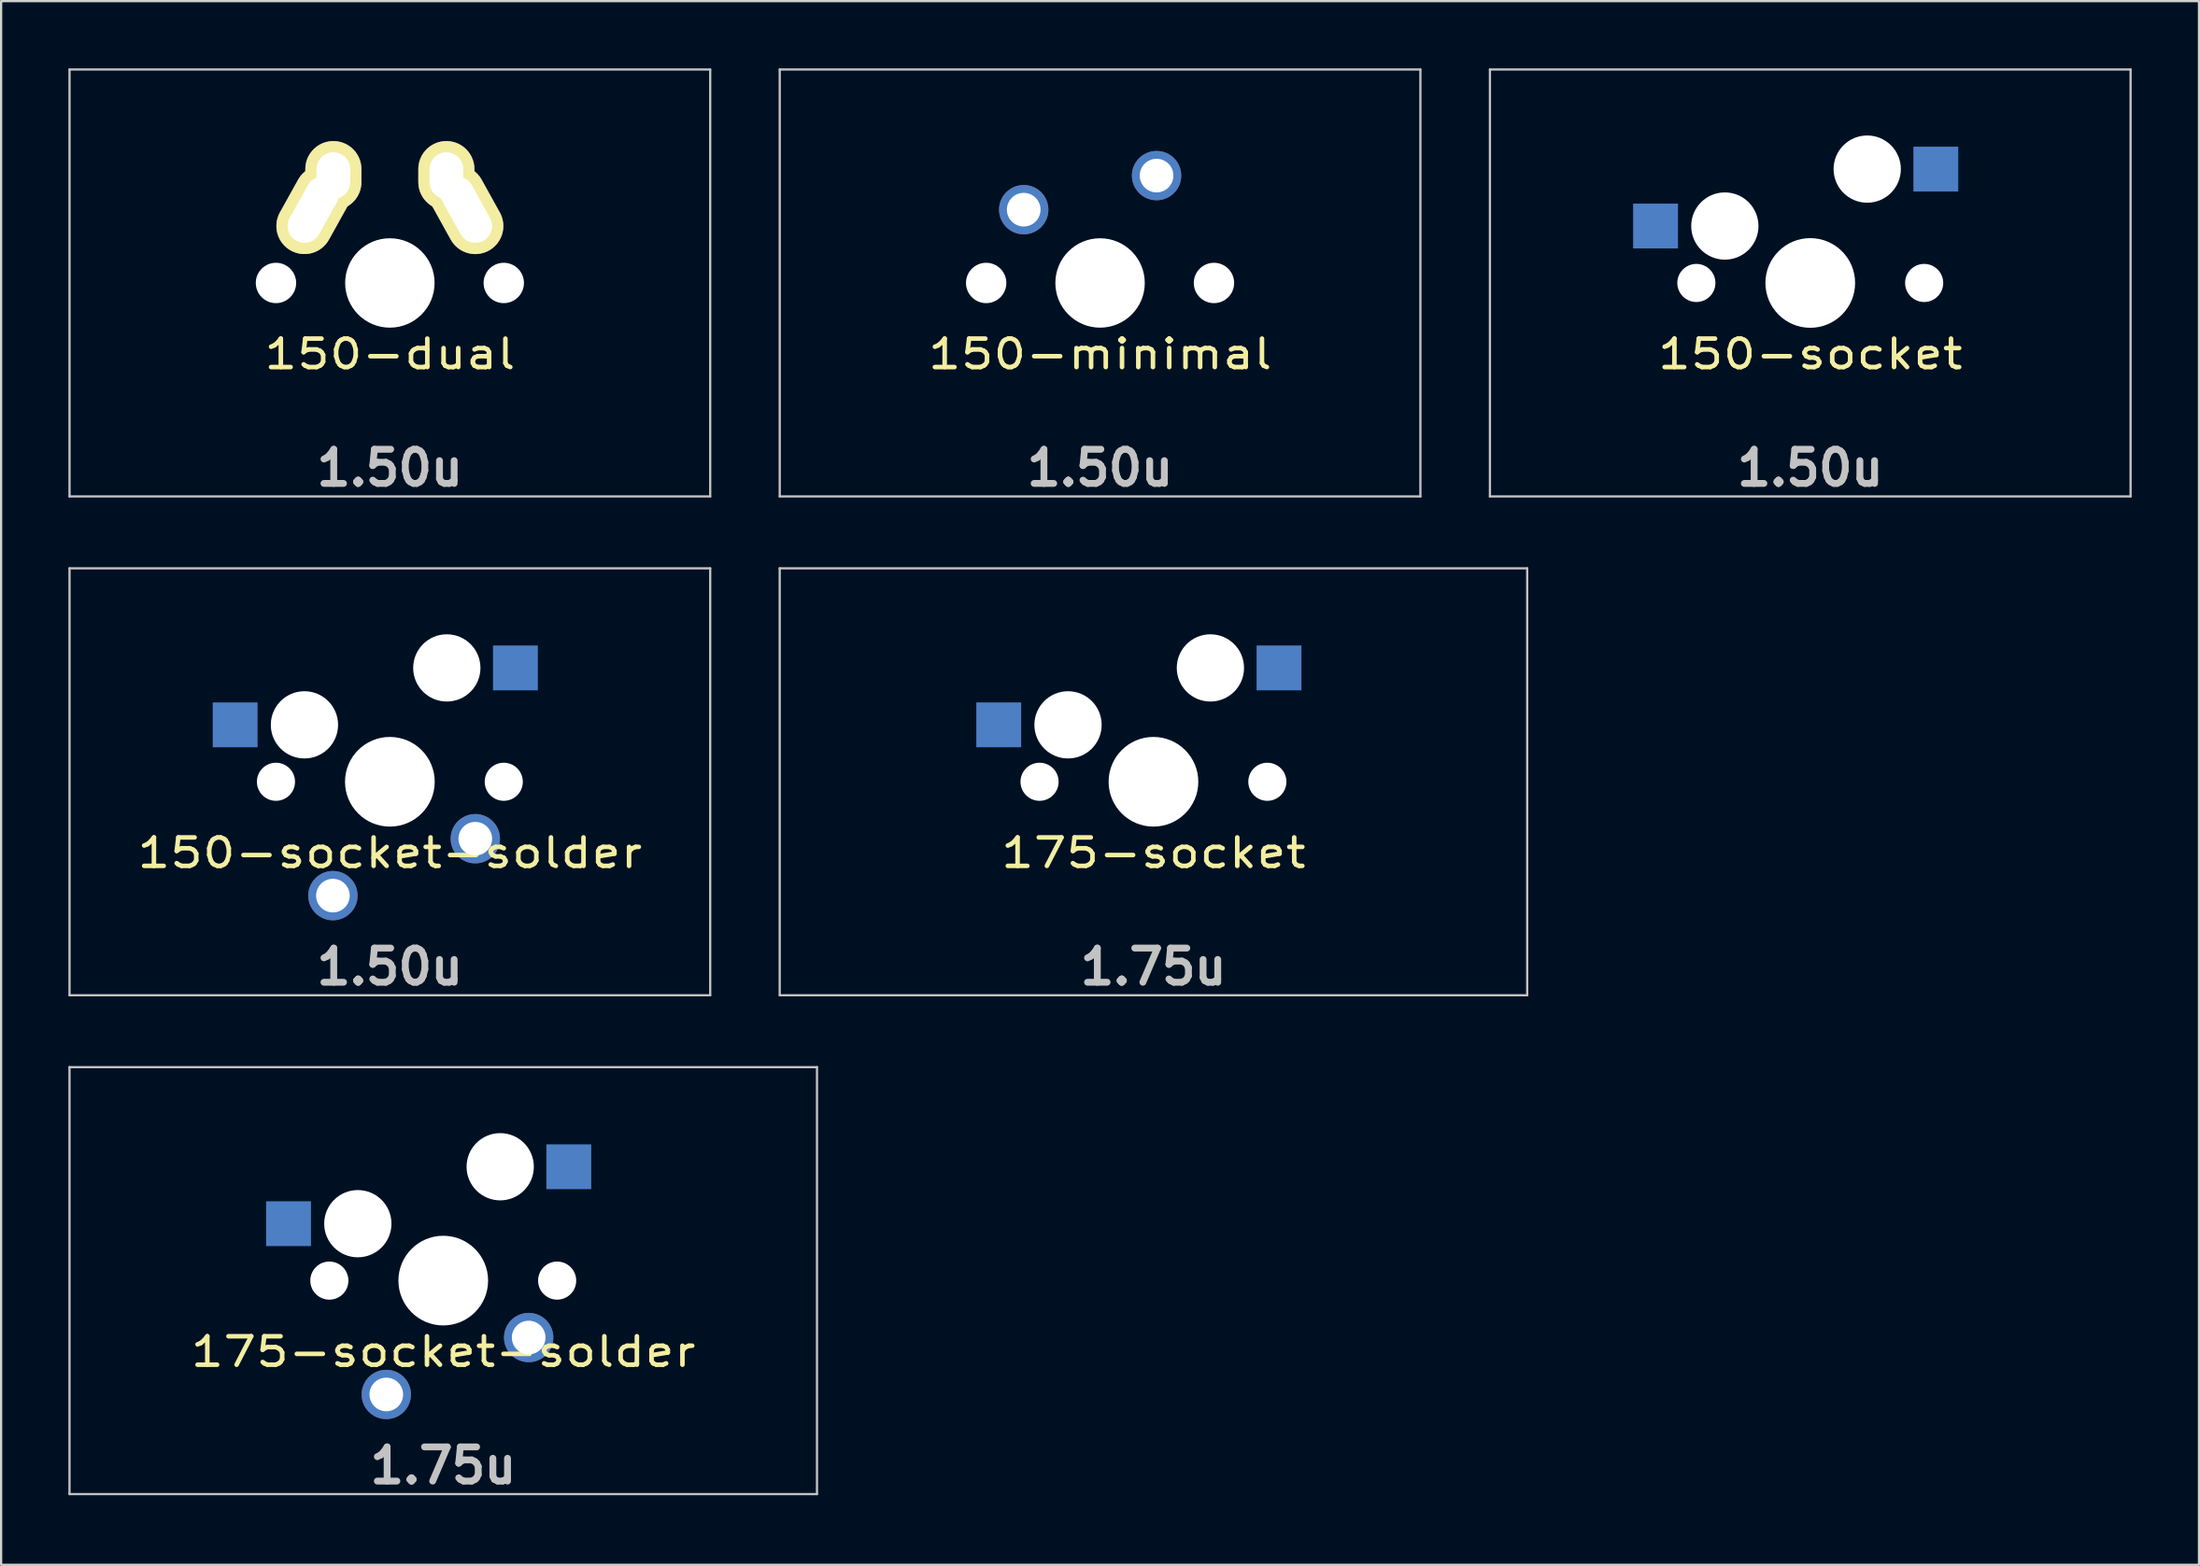
<source format=kicad_pcb>
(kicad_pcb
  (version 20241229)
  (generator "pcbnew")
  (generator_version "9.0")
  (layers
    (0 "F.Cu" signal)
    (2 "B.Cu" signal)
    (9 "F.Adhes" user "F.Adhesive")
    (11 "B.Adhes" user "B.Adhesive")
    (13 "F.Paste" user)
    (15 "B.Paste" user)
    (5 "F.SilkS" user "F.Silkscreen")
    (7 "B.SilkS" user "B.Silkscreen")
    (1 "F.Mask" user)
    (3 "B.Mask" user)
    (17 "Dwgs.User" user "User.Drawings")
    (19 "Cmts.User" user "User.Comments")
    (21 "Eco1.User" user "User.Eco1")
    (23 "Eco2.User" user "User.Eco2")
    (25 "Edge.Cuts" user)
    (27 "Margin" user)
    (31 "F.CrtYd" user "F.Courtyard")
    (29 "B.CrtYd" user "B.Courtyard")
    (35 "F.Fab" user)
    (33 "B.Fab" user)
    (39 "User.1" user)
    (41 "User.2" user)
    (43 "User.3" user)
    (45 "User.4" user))
  (footprint "175-socket"
    (layer "F.Cu")
    (at 48.394 31.831)
    (property "Reference" "175-socket" (at 0 3.175 0) (layer "F.SilkS") (effects (font (size 1.27 1.524) (thickness 0.203))))
    (attr through_hole)
    (fp_line (start -16.669 -9.525) (end 16.669 -9.525) (stroke (width 0.1) (type solid)) (layer "Dwgs.User"))
    (fp_line (start -16.669 9.525) (end -16.669 -9.525) (stroke (width 0.1) (type solid)) (layer "Dwgs.User"))
    (fp_line (start 16.669 -9.525) (end 16.669 9.525) (stroke (width 0.1) (type solid)) (layer "Dwgs.User"))
    (fp_line (start 16.669 9.525) (end -16.669 9.525) (stroke (width 0.1) (type solid)) (layer "Dwgs.User"))
    (fp_line (start -7 -7) (end 7 -7) (stroke (width 0.1) (type solid)) (layer "Eco2.User"))
    (fp_line (start -7 7) (end -7 -7) (stroke (width 0.1) (type solid)) (layer "Eco2.User"))
    (fp_line (start 7 -7) (end 7 7) (stroke (width 0.1) (type solid)) (layer "Eco2.User"))
    (fp_line (start 7 7) (end -7 7) (stroke (width 0.1) (type solid)) (layer "Eco2.User"))
    (fp_text user "1.75u" (at 0 8.255 0) (layer "Dwgs.User") (effects (font (size 1.524 1.524) (thickness 0.305))))
    (pad "" np_thru_hole circle (at -5.08 0) (size 1.7 1.7) (drill 1.7) (layers "*.Cu" "*.Mask"))
    (pad "" np_thru_hole circle (at -3.81 -2.54 180) (size 3 3) (drill 3) (layers "*.Cu" "*.Mask"))
    (pad "" np_thru_hole circle (at 0 0 90) (size 4 4) (drill 4) (layers "*.Cu" "*.Mask"))
    (pad "" np_thru_hole circle (at 2.54 -5.08 180) (size 3 3) (drill 3) (layers "*.Cu" "*.Mask"))
    (pad "" np_thru_hole circle (at 5.08 0) (size 1.7 1.7) (drill 1.7) (layers "*.Cu" "*.Mask"))
    (pad "1" smd rect (at -6.9 -2.54 180) (size 2 2) (layers "B.Cu" "B.Mask" "B.Paste"))
    (pad "2" smd rect (at 5.6 -5.08 180) (size 2 2) (layers "B.Cu" "B.Mask" "B.Paste")))
  (footprint "175-socket-solder"
    (layer "F.Cu")
    (at 16.719 54.088)
    (property "Reference" "175-socket-solder" (at 0 3.175 0) (layer "F.SilkS") (effects (font (size 1.27 1.524) (thickness 0.203))))
    (attr through_hole)
    (fp_line (start -16.669 -9.525) (end 16.669 -9.525) (stroke (width 0.1) (type solid)) (layer "Dwgs.User"))
    (fp_line (start -16.669 9.525) (end -16.669 -9.525) (stroke (width 0.1) (type solid)) (layer "Dwgs.User"))
    (fp_line (start 16.669 -9.525) (end 16.669 9.525) (stroke (width 0.1) (type solid)) (layer "Dwgs.User"))
    (fp_line (start 16.669 9.525) (end -16.669 9.525) (stroke (width 0.1) (type solid)) (layer "Dwgs.User"))
    (fp_line (start -7 -7) (end 7 -7) (stroke (width 0.1) (type solid)) (layer "Eco2.User"))
    (fp_line (start -7 7) (end -7 -7) (stroke (width 0.1) (type solid)) (layer "Eco2.User"))
    (fp_line (start 7 -7) (end 7 7) (stroke (width 0.1) (type solid)) (layer "Eco2.User"))
    (fp_line (start 7 7) (end -7 7) (stroke (width 0.1) (type solid)) (layer "Eco2.User"))
    (fp_text user "1.75u" (at 0 8.255 0) (layer "Dwgs.User") (effects (font (size 1.524 1.524) (thickness 0.305))))
    (pad "" np_thru_hole circle (at -5.08 0) (size 1.7 1.7) (drill 1.7) (layers "*.Cu" "*.Mask"))
    (pad "" np_thru_hole circle (at -3.81 -2.54 180) (size 3 3) (drill 3) (layers "*.Cu" "*.Mask"))
    (pad "" np_thru_hole circle (at 0 0 90) (size 4 4) (drill 4) (layers "*.Cu" "*.Mask"))
    (pad "" np_thru_hole circle (at 2.54 -5.08 180) (size 3 3) (drill 3) (layers "*.Cu" "*.Mask"))
    (pad "" np_thru_hole circle (at 5.08 0) (size 1.7 1.7) (drill 1.7) (layers "*.Cu" "*.Mask"))
    (pad "1" smd rect (at -6.9 -2.54 180) (size 2 2) (layers "B.Cu" "B.Mask" "B.Paste"))
    (pad "1" thru_hole circle (at -2.54 5.08 180) (size 2.2 2.2) (drill 1.5) (layers "*.Cu" "*.Mask"))
    (pad "2" thru_hole circle (at 3.81 2.54 180) (size 2.2 2.2) (drill 1.5) (layers "*.Cu" "*.Mask"))
    (pad "2" smd rect (at 5.6 -5.08 180) (size 2 2) (layers "B.Cu" "B.Mask" "B.Paste")))
  (footprint "150-socket"
    (layer "F.Cu")
    (at 77.688 9.575)
    (property "Reference" "150-socket" (at 0 3.175 0) (layer "F.SilkS") (effects (font (size 1.27 1.524) (thickness 0.203))))
    (attr through_hole)
    (fp_line (start -14.287 -9.525) (end 14.287 -9.525) (stroke (width 0.1) (type solid)) (layer "Dwgs.User"))
    (fp_line (start -14.287 9.525) (end -14.287 -9.525) (stroke (width 0.1) (type solid)) (layer "Dwgs.User"))
    (fp_line (start 14.287 -9.525) (end 14.287 9.525) (stroke (width 0.1) (type solid)) (layer "Dwgs.User"))
    (fp_line (start 14.287 9.525) (end -14.287 9.525) (stroke (width 0.1) (type solid)) (layer "Dwgs.User"))
    (fp_line (start -7 -7) (end 7 -7) (stroke (width 0.1) (type solid)) (layer "Eco2.User"))
    (fp_line (start -7 7) (end -7 -7) (stroke (width 0.1) (type solid)) (layer "Eco2.User"))
    (fp_line (start 7 -7) (end 7 7) (stroke (width 0.1) (type solid)) (layer "Eco2.User"))
    (fp_line (start 7 7) (end -7 7) (stroke (width 0.1) (type solid)) (layer "Eco2.User"))
    (fp_text user "1.50u" (at 0 8.255 0) (layer "Dwgs.User") (effects (font (size 1.524 1.524) (thickness 0.305))))
    (pad "" np_thru_hole circle (at -5.08 0) (size 1.7 1.7) (drill 1.7) (layers "*.Cu" "*.Mask"))
    (pad "" np_thru_hole circle (at -3.81 -2.54 180) (size 3 3) (drill 3) (layers "*.Cu" "*.Mask"))
    (pad "" np_thru_hole circle (at 0 0 90) (size 4 4) (drill 4) (layers "*.Cu" "*.Mask"))
    (pad "" np_thru_hole circle (at 2.54 -5.08 180) (size 3 3) (drill 3) (layers "*.Cu" "*.Mask"))
    (pad "" np_thru_hole circle (at 5.08 0) (size 1.7 1.7) (drill 1.7) (layers "*.Cu" "*.Mask"))
    (pad "1" smd rect (at -6.9 -2.54 180) (size 2 2) (layers "B.Cu" "B.Mask" "B.Paste"))
    (pad "2" smd rect (at 5.6 -5.08 180) (size 2 2) (layers "B.Cu" "B.Mask" "B.Paste")))
  (footprint "150-socket-solder"
    (layer "F.Cu")
    (at 14.338 31.831)
    (property "Reference" "150-socket-solder" (at 0 3.175 0) (layer "F.SilkS") (effects (font (size 1.27 1.524) (thickness 0.203))))
    (attr through_hole)
    (fp_line (start -14.287 -9.525) (end 14.287 -9.525) (stroke (width 0.1) (type solid)) (layer "Dwgs.User"))
    (fp_line (start -14.287 9.525) (end -14.287 -9.525) (stroke (width 0.1) (type solid)) (layer "Dwgs.User"))
    (fp_line (start 14.287 -9.525) (end 14.287 9.525) (stroke (width 0.1) (type solid)) (layer "Dwgs.User"))
    (fp_line (start 14.287 9.525) (end -14.287 9.525) (stroke (width 0.1) (type solid)) (layer "Dwgs.User"))
    (fp_line (start -7 -7) (end 7 -7) (stroke (width 0.1) (type solid)) (layer "Eco2.User"))
    (fp_line (start -7 7) (end -7 -7) (stroke (width 0.1) (type solid)) (layer "Eco2.User"))
    (fp_line (start 7 -7) (end 7 7) (stroke (width 0.1) (type solid)) (layer "Eco2.User"))
    (fp_line (start 7 7) (end -7 7) (stroke (width 0.1) (type solid)) (layer "Eco2.User"))
    (fp_text user "1.50u" (at 0 8.255 0) (layer "Dwgs.User") (effects (font (size 1.524 1.524) (thickness 0.305))))
    (pad "" np_thru_hole circle (at -5.08 0) (size 1.7 1.7) (drill 1.7) (layers "*.Cu" "*.Mask"))
    (pad "" np_thru_hole circle (at -3.81 -2.54 180) (size 3 3) (drill 3) (layers "*.Cu" "*.Mask"))
    (pad "" np_thru_hole circle (at 0 0 90) (size 4 4) (drill 4) (layers "*.Cu" "*.Mask"))
    (pad "" np_thru_hole circle (at 2.54 -5.08 180) (size 3 3) (drill 3) (layers "*.Cu" "*.Mask"))
    (pad "" np_thru_hole circle (at 5.08 0) (size 1.7 1.7) (drill 1.7) (layers "*.Cu" "*.Mask"))
    (pad "1" smd rect (at -6.9 -2.54 180) (size 2 2) (layers "B.Cu" "B.Mask" "B.Paste"))
    (pad "1" thru_hole circle (at -2.54 5.08 180) (size 2.2 2.2) (drill 1.5) (layers "*.Cu" "*.Mask"))
    (pad "2" thru_hole circle (at 3.81 2.54 180) (size 2.2 2.2) (drill 1.5) (layers "*.Cu" "*.Mask"))
    (pad "2" smd rect (at 5.6 -5.08 180) (size 2 2) (layers "B.Cu" "B.Mask" "B.Paste")))
  (footprint "150-dual"
    (layer "F.Cu")
    (at 14.338 9.575)
    (property "Reference" "150-dual" (at 0 3.175 0) (layer "F.SilkS") (effects (font (size 1.27 1.524) (thickness 0.203))))
    (attr through_hole)
    (fp_line (start -14.287 -9.525) (end 14.287 -9.525) (stroke (width 0.1) (type solid)) (layer "Dwgs.User"))
    (fp_line (start -14.287 9.525) (end -14.287 -9.525) (stroke (width 0.1) (type solid)) (layer "Dwgs.User"))
    (fp_line (start 14.287 -9.525) (end 14.287 9.525) (stroke (width 0.1) (type solid)) (layer "Dwgs.User"))
    (fp_line (start 14.287 9.525) (end -14.287 9.525) (stroke (width 0.1) (type solid)) (layer "Dwgs.User"))
    (fp_line (start -7 -7) (end 7 -7) (stroke (width 0.1) (type solid)) (layer "Eco2.User"))
    (fp_line (start -7 7) (end -7 -7) (stroke (width 0.1) (type solid)) (layer "Eco2.User"))
    (fp_line (start 7 -7) (end 7 7) (stroke (width 0.1) (type solid)) (layer "Eco2.User"))
    (fp_line (start 7 7) (end -7 7) (stroke (width 0.1) (type solid)) (layer "Eco2.User"))
    (fp_text user "1.50u" (at 0 8.255 0) (layer "Dwgs.User") (effects (font (size 1.524 1.524) (thickness 0.305))))
    (pad "" np_thru_hole circle (at -5.08 0) (size 1.8 1.8) (drill 1.8) (layers "*.Cu"))
    (pad "" np_thru_hole circle (at 0 0) (size 3.988 3.988) (drill 3.988) (layers "*.Cu"))
    (pad "" np_thru_hole circle (at 5.08 0) (size 1.8 1.8) (drill 1.8) (layers "*.Cu"))
    (pad "1" thru_hole oval (at -3.405 -3.27 330.95) (size 2.5 4.17) (drill oval 1.5 3.17) (layers "*.Cu" "*.Mask" "F.SilkS"))
    (pad "1" thru_hole oval (at -2.52 -4.79) (size 2.5 3.08) (drill oval 1.5 2.08) (layers "*.Cu" "*.Mask" "F.SilkS"))
    (pad "2" thru_hole oval (at 2.52 -4.79) (size 2.5 3.08) (drill oval 1.5 2.08) (layers "*.Cu" "*.Mask" "F.SilkS"))
    (pad "2" thru_hole oval (at 3.405 -3.27 29) (size 2.5 4.17) (drill oval 1.5 3.17) (layers "*.Cu" "*.Mask" "F.SilkS")))
  (footprint "150-minimal"
    (layer "F.Cu")
    (at 46.013 9.575)
    (property "Reference" "150-minimal" (at 0 3.175 0) (layer "F.SilkS") (effects (font (size 1.27 1.524) (thickness 0.203))))
    (attr through_hole)
    (fp_line (start -14.287 -9.525) (end 14.287 -9.525) (stroke (width 0.1) (type solid)) (layer "Dwgs.User"))
    (fp_line (start -14.287 9.525) (end -14.287 -9.525) (stroke (width 0.1) (type solid)) (layer "Dwgs.User"))
    (fp_line (start 14.287 -9.525) (end 14.287 9.525) (stroke (width 0.1) (type solid)) (layer "Dwgs.User"))
    (fp_line (start 14.287 9.525) (end -14.287 9.525) (stroke (width 0.1) (type solid)) (layer "Dwgs.User"))
    (fp_line (start -7 -7) (end 7 -7) (stroke (width 0.1) (type solid)) (layer "Eco2.User"))
    (fp_line (start -7 7) (end -7 -7) (stroke (width 0.1) (type solid)) (layer "Eco2.User"))
    (fp_line (start 7 -7) (end 7 7) (stroke (width 0.1) (type solid)) (layer "Eco2.User"))
    (fp_line (start 7 7) (end -7 7) (stroke (width 0.1) (type solid)) (layer "Eco2.User"))
    (fp_text user "1.50u" (at 0 8.255 0) (layer "Dwgs.User") (effects (font (size 1.524 1.524) (thickness 0.305))))
    (pad "" np_thru_hole circle (at -5.08 0) (size 1.8 1.8) (drill 1.8) (layers "*.Cu" "*.Mask"))
    (pad "" np_thru_hole circle (at 0 0) (size 3.988 3.988) (drill 3.988) (layers "*.Cu" "*.Mask"))
    (pad "" np_thru_hole circle (at 5.08 0) (size 1.8 1.8) (drill 1.8) (layers "*.Cu" "*.Mask"))
    (pad "1" thru_hole circle (at -3.405 -3.27 29) (size 2.2 2.2) (drill 1.5) (layers "*.Cu" "*.Mask"))
    (pad "2" thru_hole circle (at 2.52 -4.79) (size 2.2 2.2) (drill 1.5) (layers "*.Cu" "*.Mask")))
  (gr_rect
    (start -3 -3)
    (end 95.025 66.769)
    (stroke (width 0.1) (type default))
    (fill no)
    (layer "Edge.Cuts")))
</source>
